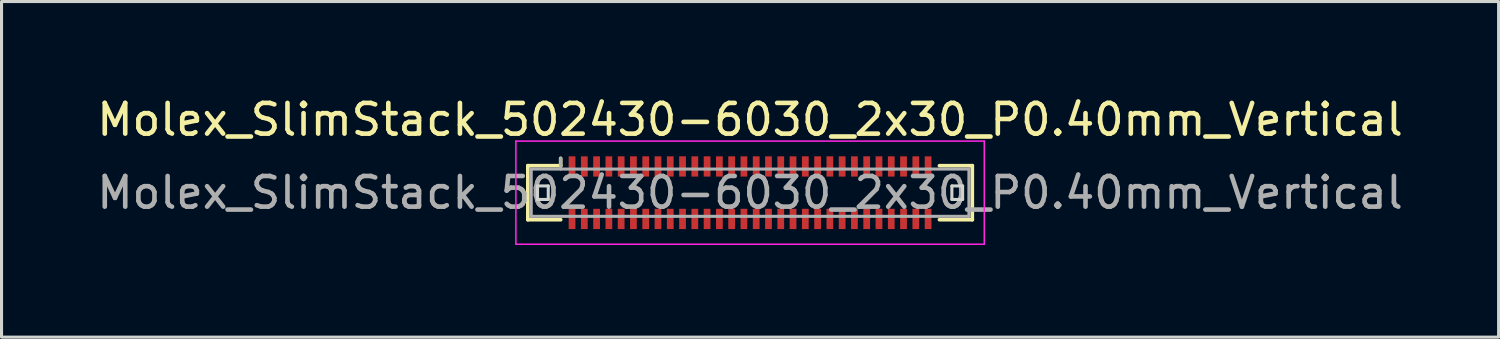
<source format=kicad_pcb>
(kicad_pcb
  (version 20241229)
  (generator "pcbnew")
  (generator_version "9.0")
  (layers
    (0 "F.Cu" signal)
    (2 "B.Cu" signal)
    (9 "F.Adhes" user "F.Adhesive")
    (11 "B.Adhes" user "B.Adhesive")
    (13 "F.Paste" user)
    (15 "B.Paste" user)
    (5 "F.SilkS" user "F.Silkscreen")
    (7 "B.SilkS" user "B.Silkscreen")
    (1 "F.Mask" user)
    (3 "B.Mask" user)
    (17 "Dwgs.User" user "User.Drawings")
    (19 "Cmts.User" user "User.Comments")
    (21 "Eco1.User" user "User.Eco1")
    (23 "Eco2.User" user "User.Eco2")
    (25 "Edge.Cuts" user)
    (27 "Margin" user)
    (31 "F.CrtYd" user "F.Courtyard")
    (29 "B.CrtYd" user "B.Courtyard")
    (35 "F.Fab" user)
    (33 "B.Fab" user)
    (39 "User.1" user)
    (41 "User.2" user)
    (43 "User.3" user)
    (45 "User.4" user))
  (footprint "Molex_SlimStack_502430-6030_2x30_P0.40mm_Vertical"
    (layer "F.Cu")
    (at 21.387 3.228)
    (property "Reference" "Molex_SlimStack_502430-6030_2x30_P0.40mm_Vertical" (at 0 -2.38 0) (layer "F.SilkS") (effects (font (size 1 1) (thickness 0.15))))
    (attr smd)
    (fp_line (start -7.24 -0.88) (end -6.17 -0.88) (stroke (width 0.12) (type solid)) (layer "F.SilkS"))
    (fp_line (start -7.24 0.88) (end -7.24 -0.88) (stroke (width 0.12) (type solid)) (layer "F.SilkS"))
    (fp_line (start -6.17 -0.88) (end -6.17 -1.12) (stroke (width 0.12) (type solid)) (layer "F.SilkS"))
    (fp_line (start -6.17 0.88) (end -7.24 0.88) (stroke (width 0.12) (type solid)) (layer "F.SilkS"))
    (fp_line (start 6.17 0.88) (end 7.24 0.88) (stroke (width 0.12) (type solid)) (layer "F.SilkS"))
    (fp_line (start 7.24 -0.88) (end 6.17 -0.88) (stroke (width 0.12) (type solid)) (layer "F.SilkS"))
    (fp_line (start 7.24 0.88) (end 7.24 -0.88) (stroke (width 0.12) (type solid)) (layer "F.SilkS"))
    (fp_line (start -6.925 -0.22) (end -6.925 0.22) (stroke (width 0.1) (type solid)) (layer "Edge.Cuts"))
    (fp_line (start -6.925 0.22) (end -6.575 0.22) (stroke (width 0.1) (type solid)) (layer "Edge.Cuts"))
    (fp_line (start -6.575 -0.22) (end -6.925 -0.22) (stroke (width 0.1) (type solid)) (layer "Edge.Cuts"))
    (fp_line (start -6.575 0.22) (end -6.575 -0.22) (stroke (width 0.1) (type solid)) (layer "Edge.Cuts"))
    (fp_line (start 6.575 -0.22) (end 6.575 0.22) (stroke (width 0.1) (type solid)) (layer "Edge.Cuts"))
    (fp_line (start 6.575 0.22) (end 6.925 0.22) (stroke (width 0.1) (type solid)) (layer "Edge.Cuts"))
    (fp_line (start 6.925 -0.22) (end 6.575 -0.22) (stroke (width 0.1) (type solid)) (layer "Edge.Cuts"))
    (fp_line (start 6.925 0.22) (end 6.925 -0.22) (stroke (width 0.1) (type solid)) (layer "Edge.Cuts"))
    (fp_line (start -7.63 -1.68) (end -7.63 1.68) (stroke (width 0.05) (type solid)) (layer "F.CrtYd"))
    (fp_line (start -7.63 1.68) (end 7.63 1.68) (stroke (width 0.05) (type solid)) (layer "F.CrtYd"))
    (fp_line (start 7.63 -1.68) (end -7.63 -1.68) (stroke (width 0.05) (type solid)) (layer "F.CrtYd"))
    (fp_line (start 7.63 1.68) (end 7.63 -1.68) (stroke (width 0.05) (type solid)) (layer "F.CrtYd"))
    (fp_line (start -7.13 -0.77) (end -7.13 0.77) (stroke (width 0.1) (type solid)) (layer "F.Fab"))
    (fp_line (start -7.13 0.77) (end 7.13 0.77) (stroke (width 0.1) (type solid)) (layer "F.Fab"))
    (fp_line (start -6.17 -0.77) (end -6.17 -1.12) (stroke (width 0.1) (type solid)) (layer "F.Fab"))
    (fp_line (start 7.13 -0.77) (end -7.13 -0.77) (stroke (width 0.1) (type solid)) (layer "F.Fab"))
    (fp_line (start 7.13 0.77) (end 7.13 -0.77) (stroke (width 0.1) (type solid)) (layer "F.Fab"))
    (fp_text user "${REFERENCE}" (at 0 0 0) (layer "F.Fab") (effects (font (size 1 1) (thickness 0.15))))
    (pad "1" smd rect (at -5.8 -0.855) (size 0.22 0.66) (layers "F.Cu" "F.Mask" "F.Paste"))
    (pad "2" smd rect (at -5.8 0.855) (size 0.22 0.66) (layers "F.Cu" "F.Mask" "F.Paste"))
    (pad "3" smd rect (at -5.4 -0.855) (size 0.22 0.66) (layers "F.Cu" "F.Mask" "F.Paste"))
    (pad "4" smd rect (at -5.4 0.855) (size 0.22 0.66) (layers "F.Cu" "F.Mask" "F.Paste"))
    (pad "5" smd rect (at -5 -0.855) (size 0.22 0.66) (layers "F.Cu" "F.Mask" "F.Paste"))
    (pad "6" smd rect (at -5 0.855) (size 0.22 0.66) (layers "F.Cu" "F.Mask" "F.Paste"))
    (pad "7" smd rect (at -4.6 -0.855) (size 0.22 0.66) (layers "F.Cu" "F.Mask" "F.Paste"))
    (pad "8" smd rect (at -4.6 0.855) (size 0.22 0.66) (layers "F.Cu" "F.Mask" "F.Paste"))
    (pad "9" smd rect (at -4.2 -0.855) (size 0.22 0.66) (layers "F.Cu" "F.Mask" "F.Paste"))
    (pad "10" smd rect (at -4.2 0.855) (size 0.22 0.66) (layers "F.Cu" "F.Mask" "F.Paste"))
    (pad "11" smd rect (at -3.8 -0.855) (size 0.22 0.66) (layers "F.Cu" "F.Mask" "F.Paste"))
    (pad "12" smd rect (at -3.8 0.855) (size 0.22 0.66) (layers "F.Cu" "F.Mask" "F.Paste"))
    (pad "13" smd rect (at -3.4 -0.855) (size 0.22 0.66) (layers "F.Cu" "F.Mask" "F.Paste"))
    (pad "14" smd rect (at -3.4 0.855) (size 0.22 0.66) (layers "F.Cu" "F.Mask" "F.Paste"))
    (pad "15" smd rect (at -3 -0.855) (size 0.22 0.66) (layers "F.Cu" "F.Mask" "F.Paste"))
    (pad "16" smd rect (at -3 0.855) (size 0.22 0.66) (layers "F.Cu" "F.Mask" "F.Paste"))
    (pad "17" smd rect (at -2.6 -0.855) (size 0.22 0.66) (layers "F.Cu" "F.Mask" "F.Paste"))
    (pad "18" smd rect (at -2.6 0.855) (size 0.22 0.66) (layers "F.Cu" "F.Mask" "F.Paste"))
    (pad "19" smd rect (at -2.2 -0.855) (size 0.22 0.66) (layers "F.Cu" "F.Mask" "F.Paste"))
    (pad "20" smd rect (at -2.2 0.855) (size 0.22 0.66) (layers "F.Cu" "F.Mask" "F.Paste"))
    (pad "21" smd rect (at -1.8 -0.855) (size 0.22 0.66) (layers "F.Cu" "F.Mask" "F.Paste"))
    (pad "22" smd rect (at -1.8 0.855) (size 0.22 0.66) (layers "F.Cu" "F.Mask" "F.Paste"))
    (pad "23" smd rect (at -1.4 -0.855) (size 0.22 0.66) (layers "F.Cu" "F.Mask" "F.Paste"))
    (pad "24" smd rect (at -1.4 0.855) (size 0.22 0.66) (layers "F.Cu" "F.Mask" "F.Paste"))
    (pad "25" smd rect (at -1 -0.855) (size 0.22 0.66) (layers "F.Cu" "F.Mask" "F.Paste"))
    (pad "26" smd rect (at -1 0.855) (size 0.22 0.66) (layers "F.Cu" "F.Mask" "F.Paste"))
    (pad "27" smd rect (at -0.6 -0.855) (size 0.22 0.66) (layers "F.Cu" "F.Mask" "F.Paste"))
    (pad "28" smd rect (at -0.6 0.855) (size 0.22 0.66) (layers "F.Cu" "F.Mask" "F.Paste"))
    (pad "29" smd rect (at -0.2 -0.855) (size 0.22 0.66) (layers "F.Cu" "F.Mask" "F.Paste"))
    (pad "30" smd rect (at -0.2 0.855) (size 0.22 0.66) (layers "F.Cu" "F.Mask" "F.Paste"))
    (pad "31" smd rect (at 0.2 -0.855) (size 0.22 0.66) (layers "F.Cu" "F.Mask" "F.Paste"))
    (pad "32" smd rect (at 0.2 0.855) (size 0.22 0.66) (layers "F.Cu" "F.Mask" "F.Paste"))
    (pad "33" smd rect (at 0.6 -0.855) (size 0.22 0.66) (layers "F.Cu" "F.Mask" "F.Paste"))
    (pad "34" smd rect (at 0.6 0.855) (size 0.22 0.66) (layers "F.Cu" "F.Mask" "F.Paste"))
    (pad "35" smd rect (at 1 -0.855) (size 0.22 0.66) (layers "F.Cu" "F.Mask" "F.Paste"))
    (pad "36" smd rect (at 1 0.855) (size 0.22 0.66) (layers "F.Cu" "F.Mask" "F.Paste"))
    (pad "37" smd rect (at 1.4 -0.855) (size 0.22 0.66) (layers "F.Cu" "F.Mask" "F.Paste"))
    (pad "38" smd rect (at 1.4 0.855) (size 0.22 0.66) (layers "F.Cu" "F.Mask" "F.Paste"))
    (pad "39" smd rect (at 1.8 -0.855) (size 0.22 0.66) (layers "F.Cu" "F.Mask" "F.Paste"))
    (pad "40" smd rect (at 1.8 0.855) (size 0.22 0.66) (layers "F.Cu" "F.Mask" "F.Paste"))
    (pad "41" smd rect (at 2.2 -0.855) (size 0.22 0.66) (layers "F.Cu" "F.Mask" "F.Paste"))
    (pad "42" smd rect (at 2.2 0.855) (size 0.22 0.66) (layers "F.Cu" "F.Mask" "F.Paste"))
    (pad "43" smd rect (at 2.6 -0.855) (size 0.22 0.66) (layers "F.Cu" "F.Mask" "F.Paste"))
    (pad "44" smd rect (at 2.6 0.855) (size 0.22 0.66) (layers "F.Cu" "F.Mask" "F.Paste"))
    (pad "45" smd rect (at 3 -0.855) (size 0.22 0.66) (layers "F.Cu" "F.Mask" "F.Paste"))
    (pad "46" smd rect (at 3 0.855) (size 0.22 0.66) (layers "F.Cu" "F.Mask" "F.Paste"))
    (pad "47" smd rect (at 3.4 -0.855) (size 0.22 0.66) (layers "F.Cu" "F.Mask" "F.Paste"))
    (pad "48" smd rect (at 3.4 0.855) (size 0.22 0.66) (layers "F.Cu" "F.Mask" "F.Paste"))
    (pad "49" smd rect (at 3.8 -0.855) (size 0.22 0.66) (layers "F.Cu" "F.Mask" "F.Paste"))
    (pad "50" smd rect (at 3.8 0.855) (size 0.22 0.66) (layers "F.Cu" "F.Mask" "F.Paste"))
    (pad "51" smd rect (at 4.2 -0.855) (size 0.22 0.66) (layers "F.Cu" "F.Mask" "F.Paste"))
    (pad "52" smd rect (at 4.2 0.855) (size 0.22 0.66) (layers "F.Cu" "F.Mask" "F.Paste"))
    (pad "53" smd rect (at 4.6 -0.855) (size 0.22 0.66) (layers "F.Cu" "F.Mask" "F.Paste"))
    (pad "54" smd rect (at 4.6 0.855) (size 0.22 0.66) (layers "F.Cu" "F.Mask" "F.Paste"))
    (pad "55" smd rect (at 5 -0.855) (size 0.22 0.66) (layers "F.Cu" "F.Mask" "F.Paste"))
    (pad "56" smd rect (at 5 0.855) (size 0.22 0.66) (layers "F.Cu" "F.Mask" "F.Paste"))
    (pad "57" smd rect (at 5.4 -0.855) (size 0.22 0.66) (layers "F.Cu" "F.Mask" "F.Paste"))
    (pad "58" smd rect (at 5.4 0.855) (size 0.22 0.66) (layers "F.Cu" "F.Mask" "F.Paste"))
    (pad "59" smd rect (at 5.8 -0.855) (size 0.22 0.66) (layers "F.Cu" "F.Mask" "F.Paste"))
    (pad "60" smd rect (at 5.8 0.855) (size 0.22 0.66) (layers "F.Cu" "F.Mask" "F.Paste")))
  (gr_rect
    (start -3 -3)
    (end 45.774 7.933)
    (stroke (width 0.1) (type default))
    (fill no)
    (layer "Edge.Cuts")))
</source>
